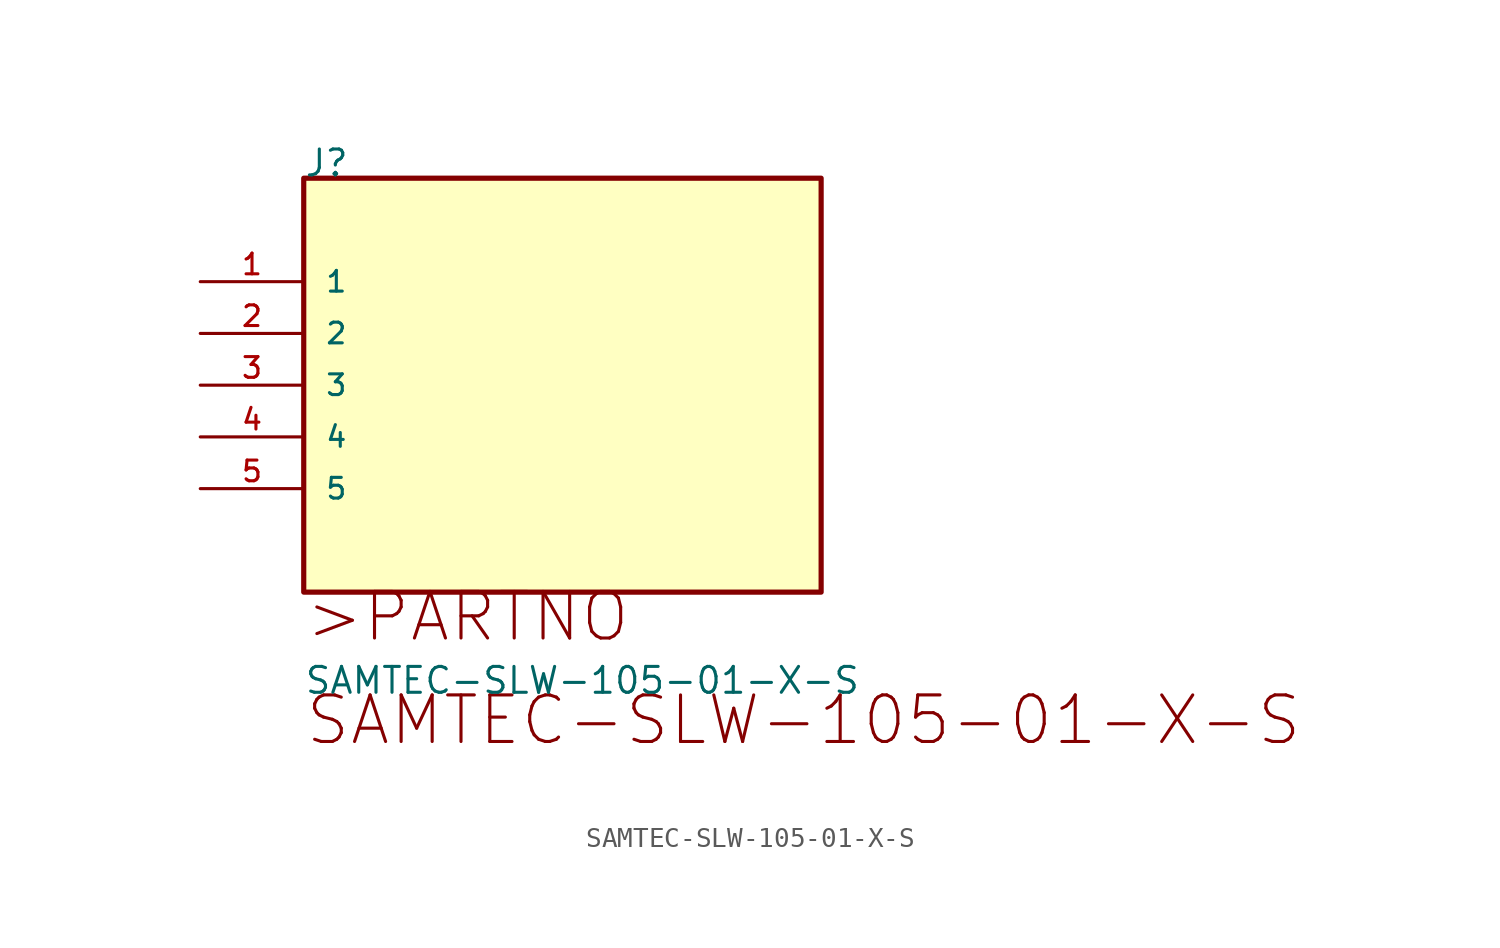
<source format=kicad_sym>
(kicad_symbol_lib
  (version 20211014)
  (generator kicad_symbol_editor)
  (symbol "SAMTEC-SLW-105-01-X-S"
    (pin_names
      (offset 1.016))
    (property "Reference" "J"
      (at 0.0 5.08 0)
      (effects (font (size 1.27 1.27)) (justify bottom left)))
    (property "Value" "SAMTEC-SLW-105-01-X-S"
      (at 0.0 -20.32 0)
      (effects (font (size 1.27 1.27)) (justify bottom left)))
    (symbol "SAMTEC-SLW-105-01-X-S_0_0"
      (text ">PARTNO" (at 0.0 -17.78 0) (effects (font (size 2.286 2.286)) (justify bottom left)))
      (text "SAMTEC-SLW-105-01-X-S" (at 0.0 -22.86 0) (effects (font (size 2.286 2.286)) (justify bottom left)))
      (rectangle (start -1.7763568394e-15 -15.24) (end 25.4 5.08) (stroke (width 0.254)) (fill (type background)))
      (pin bidirectional line (at -5.08 -0.0 0) (length 5.08) (name "1" (effects (font (size 1.016 1.016)))) (number "1" (effects (font (size 1.016 1.016)))))
      (pin bidirectional line (at -5.08 -2.54 0) (length 5.08) (name "2" (effects (font (size 1.016 1.016)))) (number "2" (effects (font (size 1.016 1.016)))))
      (pin bidirectional line (at -5.08 -5.08 0) (length 5.08) (name "3" (effects (font (size 1.016 1.016)))) (number "3" (effects (font (size 1.016 1.016)))))
      (pin bidirectional line (at -5.08 -7.62 0) (length 5.08) (name "4" (effects (font (size 1.016 1.016)))) (number "4" (effects (font (size 1.016 1.016)))))
      (pin bidirectional line (at -5.08 -10.16 0) (length 5.08) (name "5" (effects (font (size 1.016 1.016)))) (number "5" (effects (font (size 1.016 1.016))))))))
</source>
